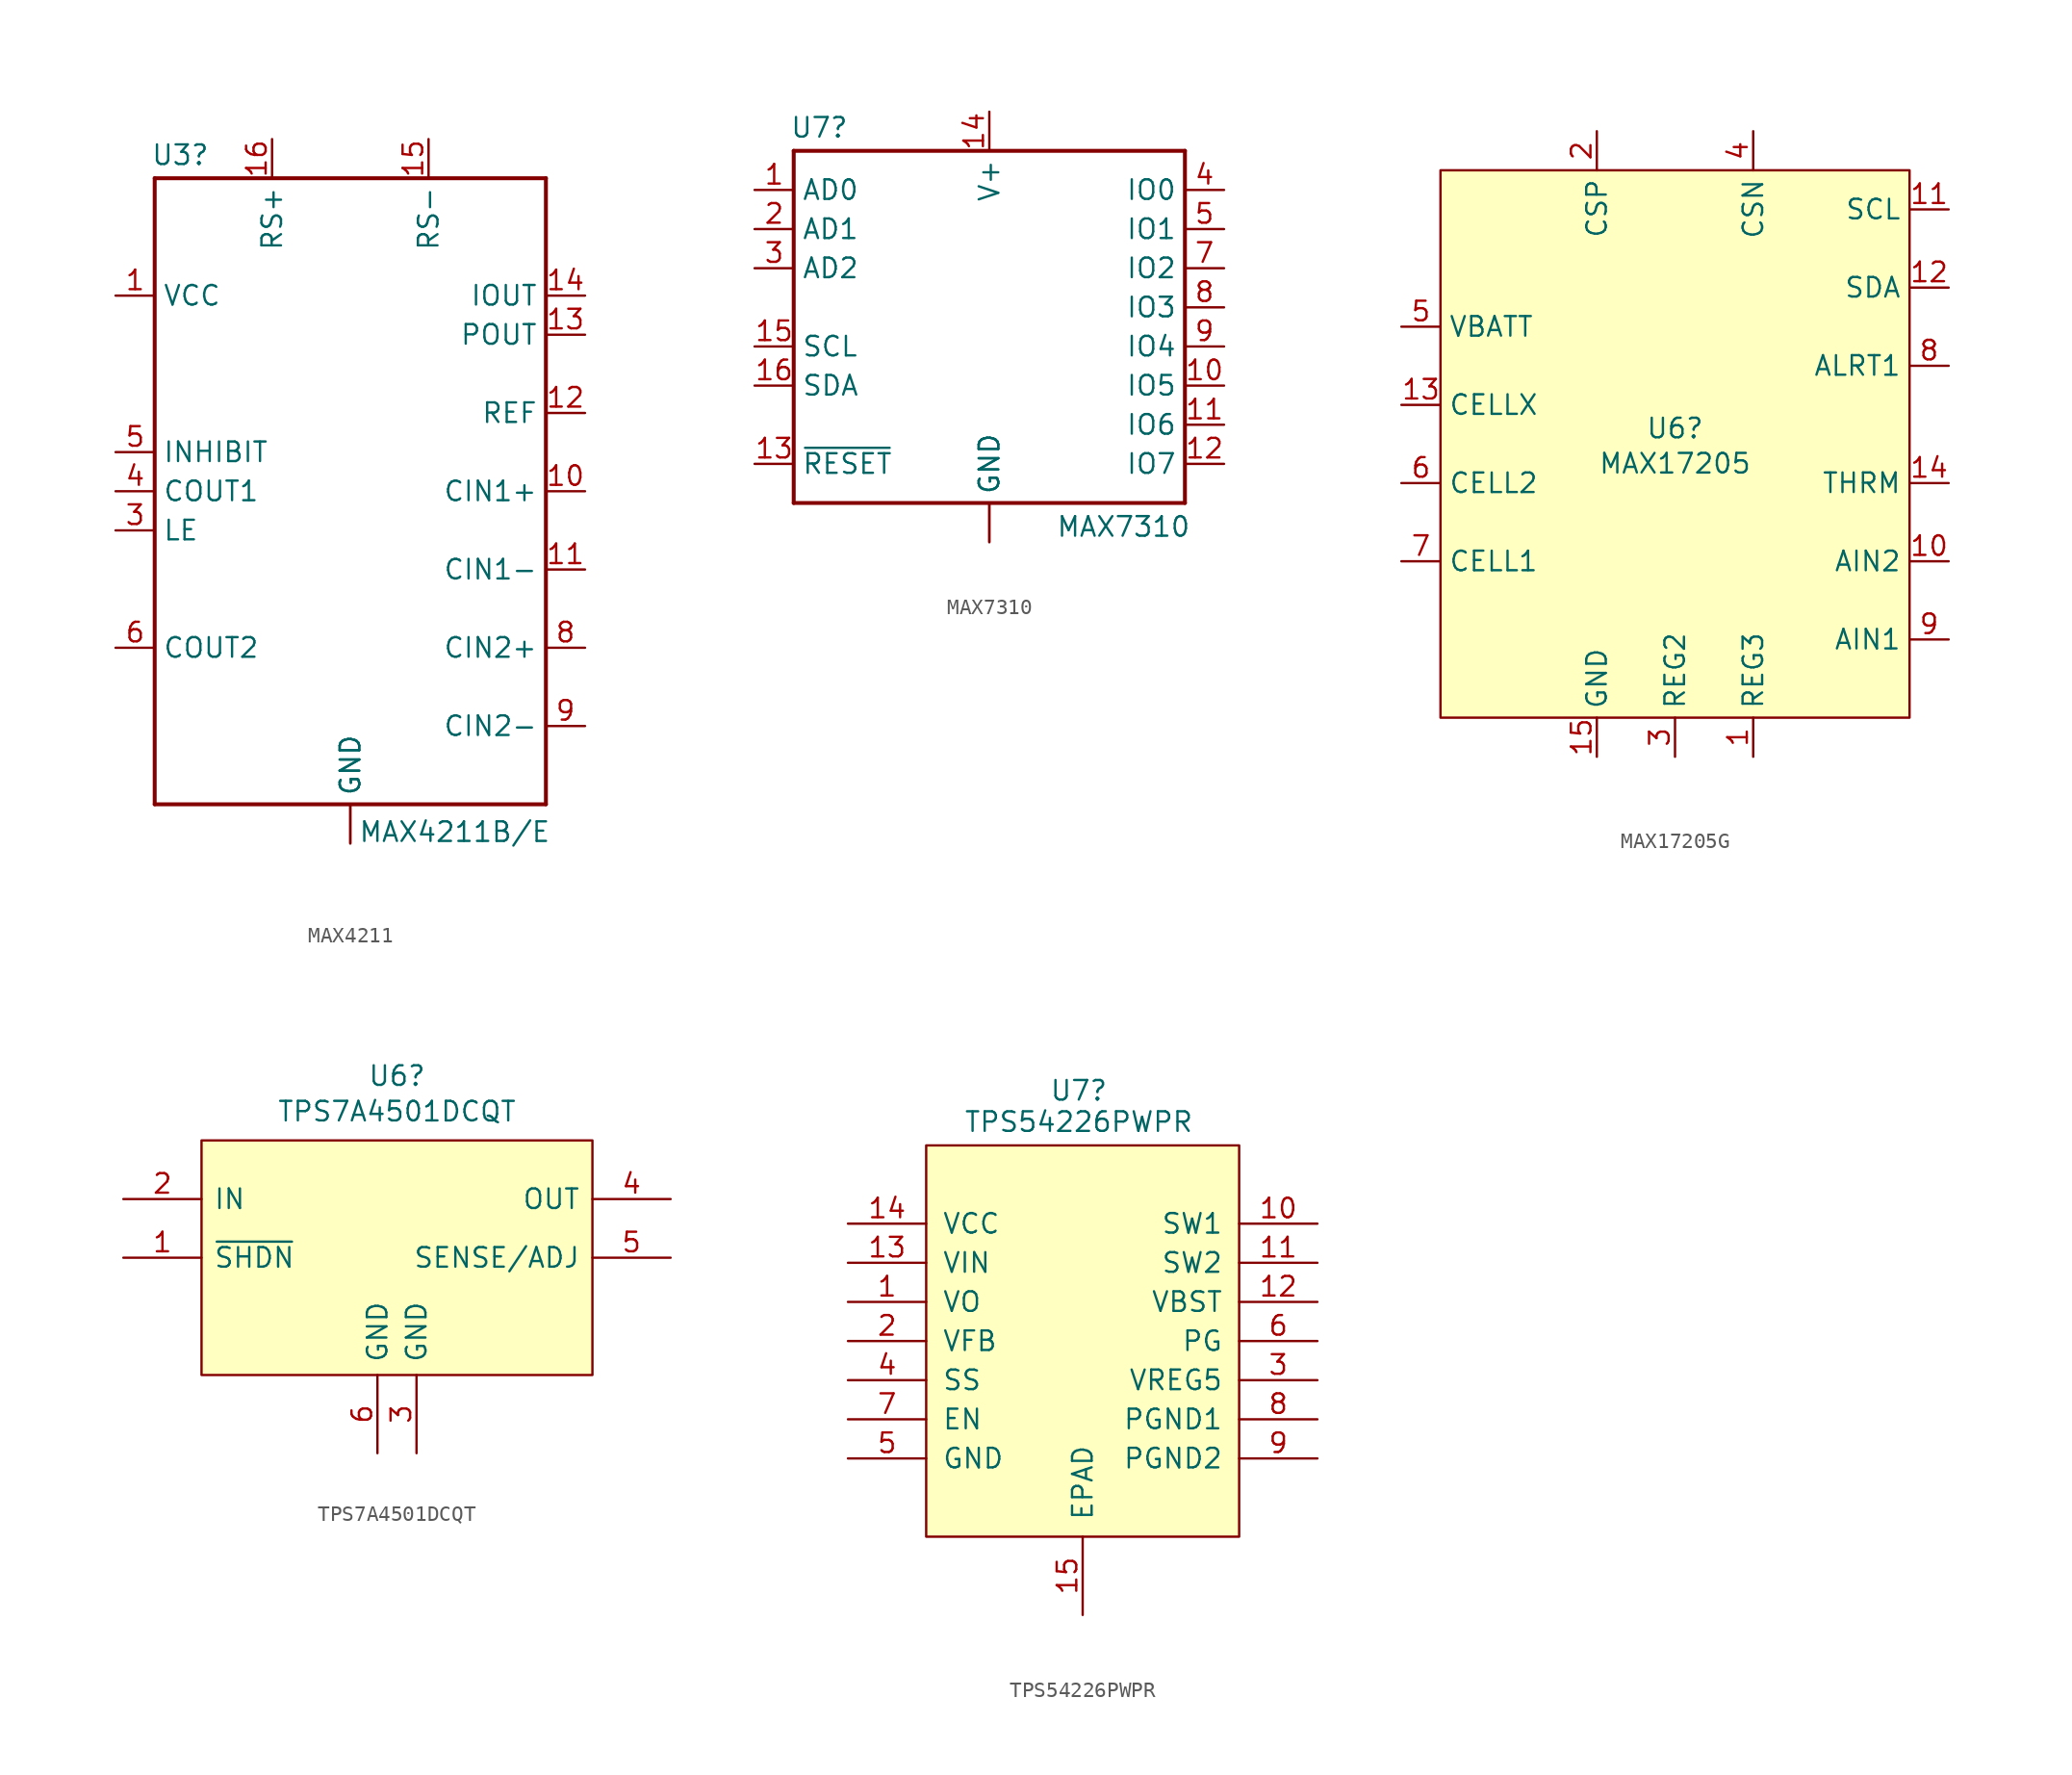
<source format=kicad_sym>
(kicad_symbol_lib
  (version 20231120)
  (generator "kicad_symbol_editor")
  (generator_version "8.0")
  (symbol "MAX4211"
    (property "Reference" "U3"
      (at -12.954 18.542 0)
      (effects (font (size 1.27 1.27)) (justify left bottom)))
    (property "Value" "MAX4211B/E"
      (at 0.508 -25.4 0)
      (effects (font (size 1.27 1.27)) (justify left bottom)))
    (property "ki_locked" ""
      (at 0 0 0)
      (effects (font (size 1.27 1.27))))
    (symbol "MAX4211_1_0"
      (polyline (pts (xy -12.7 -22.86) (xy -12.7 17.78)) (stroke (width 0.254) (type solid)) (fill (type none)))
      (polyline (pts (xy -12.7 17.78) (xy 12.7 17.78)) (stroke (width 0.254) (type solid)) (fill (type none)))
      (polyline (pts (xy 12.7 -22.86) (xy -12.7 -22.86)) (stroke (width 0.254) (type solid)) (fill (type none)))
      (polyline (pts (xy 12.7 17.78) (xy 12.7 -22.86)) (stroke (width 0.254) (type solid)) (fill (type none)))
      (pin power_in line (at -15.24 10.16 0) (length 2.54) (name "VCC" (effects (font (size 1.27 1.27)))) (number "1" (effects (font (size 1.27 1.27)))))
      (pin input line (at 15.24 -2.54 180) (length 2.54) (name "CIN1+" (effects (font (size 1.27 1.27)))) (number "10" (effects (font (size 1.27 1.27)))))
      (pin input line (at 15.24 -7.62 180) (length 2.54) (name "CIN1-" (effects (font (size 1.27 1.27)))) (number "11" (effects (font (size 1.27 1.27)))))
      (pin output line (at 15.24 2.54 180) (length 2.54) (name "REF" (effects (font (size 1.27 1.27)))) (number "12" (effects (font (size 1.27 1.27)))))
      (pin output line (at 15.24 7.62 180) (length 2.54) (name "POUT" (effects (font (size 1.27 1.27)))) (number "13" (effects (font (size 1.27 1.27)))))
      (pin output line (at 15.24 10.16 180) (length 2.54) (name "IOUT" (effects (font (size 1.27 1.27)))) (number "14" (effects (font (size 1.27 1.27)))))
      (pin passive line (at 5.08 20.32 270) (length 2.54) (name "RS-" (effects (font (size 1.27 1.27)))) (number "15" (effects (font (size 1.27 1.27)))))
      (pin passive line (at -5.08 20.32 270) (length 2.54) (name "RS+" (effects (font (size 1.27 1.27)))) (number "16" (effects (font (size 1.27 1.27)))))
      (pin power_in line (at 0 -25.4 90) (length 2.54) hide (name "GND" (effects (font (size 1.27 1.27)))) (number "17" (effects (font (size 0 0)))))
      (pin input line (at -15.24 -5.08 0) (length 2.54) (name "LE" (effects (font (size 1.27 1.27)))) (number "3" (effects (font (size 1.27 1.27)))))
      (pin open_collector line (at -15.24 -2.54 0) (length 2.54) (name "COUT1" (effects (font (size 1.27 1.27)))) (number "4" (effects (font (size 1.27 1.27)))))
      (pin input line (at -15.24 0 0) (length 2.54) (name "INHIBIT" (effects (font (size 1.27 1.27)))) (number "5" (effects (font (size 1.27 1.27)))))
      (pin open_collector line (at -15.24 -12.7 0) (length 2.54) (name "COUT2" (effects (font (size 1.27 1.27)))) (number "6" (effects (font (size 1.27 1.27)))))
      (pin power_in line (at 0 -25.4 90) (length 2.54) (name "GND" (effects (font (size 1.27 1.27)))) (number "7" (effects (font (size 0 0)))))
      (pin input line (at 15.24 -12.7 180) (length 2.54) (name "CIN2+" (effects (font (size 1.27 1.27)))) (number "8" (effects (font (size 1.27 1.27)))))
      (pin input line (at 15.24 -17.78 180) (length 2.54) (name "CIN2-" (effects (font (size 1.27 1.27)))) (number "9" (effects (font (size 1.27 1.27)))))
      (pin power_in line (at 0 -25.4 90) (length 2.54) (name "GND" (effects (font (size 1.27 1.27)))) (number "EPAD" (effects (font (size 0 0)))))))
  (symbol "MAX7310"
    (property "Reference" "U7"
      (at -12.954 10.922 0)
      (effects (font (size 1.27 1.27)) (justify left bottom)))
    (property "Value" "MAX7310"
      (at 4.318 -14.986 0)
      (effects (font (size 1.27 1.27)) (justify left bottom)))
    (property "ki_locked" ""
      (at 0 0 0)
      (effects (font (size 1.27 1.27))))
    (symbol "MAX7310_1_0"
      (polyline (pts (xy -12.7 -12.7) (xy 12.7 -12.7)) (stroke (width 0.254) (type solid)) (fill (type none)))
      (polyline (pts (xy -12.7 10.16) (xy -12.7 -12.7)) (stroke (width 0.254) (type solid)) (fill (type none)))
      (polyline (pts (xy 12.7 -12.7) (xy 12.7 10.16)) (stroke (width 0.254) (type solid)) (fill (type none)))
      (polyline (pts (xy 12.7 10.16) (xy -12.7 10.16)) (stroke (width 0.254) (type solid)) (fill (type none)))
      (pin input line (at -15.24 7.62 0) (length 2.54) (name "AD0" (effects (font (size 1.27 1.27)))) (number "1" (effects (font (size 1.27 1.27)))))
      (pin bidirectional line (at 15.24 -5.08 180) (length 2.54) (name "IO5" (effects (font (size 1.27 1.27)))) (number "10" (effects (font (size 1.27 1.27)))))
      (pin bidirectional line (at 15.24 -7.62 180) (length 2.54) (name "IO6" (effects (font (size 1.27 1.27)))) (number "11" (effects (font (size 1.27 1.27)))))
      (pin bidirectional line (at 15.24 -10.16 180) (length 2.54) (name "IO7" (effects (font (size 1.27 1.27)))) (number "12" (effects (font (size 1.27 1.27)))))
      (pin input line (at -15.24 -10.16 0) (length 2.54) (name "~{RESET}" (effects (font (size 1.27 1.27)))) (number "13" (effects (font (size 1.27 1.27)))))
      (pin power_in line (at 0 12.7 270) (length 2.54) (name "V+" (effects (font (size 1.27 1.27)))) (number "14" (effects (font (size 1.27 1.27)))))
      (pin input line (at -15.24 -2.54 0) (length 2.54) (name "SCL" (effects (font (size 1.27 1.27)))) (number "15" (effects (font (size 1.27 1.27)))))
      (pin bidirectional line (at -15.24 -5.08 0) (length 2.54) (name "SDA" (effects (font (size 1.27 1.27)))) (number "16" (effects (font (size 1.27 1.27)))))
      (pin power_in line (at 0 -15.24 90) (length 2.54) hide (name "GND" (effects (font (size 1.27 1.27)))) (number "17" (effects (font (size 0 0)))))
      (pin input line (at -15.24 5.08 0) (length 2.54) (name "AD1" (effects (font (size 1.27 1.27)))) (number "2" (effects (font (size 1.27 1.27)))))
      (pin input line (at -15.24 2.54 0) (length 2.54) (name "AD2" (effects (font (size 1.27 1.27)))) (number "3" (effects (font (size 1.27 1.27)))))
      (pin bidirectional line (at 15.24 7.62 180) (length 2.54) (name "IO0" (effects (font (size 1.27 1.27)))) (number "4" (effects (font (size 1.27 1.27)))))
      (pin bidirectional line (at 15.24 5.08 180) (length 2.54) (name "IO1" (effects (font (size 1.27 1.27)))) (number "5" (effects (font (size 1.27 1.27)))))
      (pin power_in line (at 0 -15.24 90) (length 2.54) (name "GND" (effects (font (size 1.27 1.27)))) (number "6" (effects (font (size 0 0)))))
      (pin bidirectional line (at 15.24 2.54 180) (length 2.54) (name "IO2" (effects (font (size 1.27 1.27)))) (number "7" (effects (font (size 1.27 1.27)))))
      (pin bidirectional line (at 15.24 0 180) (length 2.54) (name "IO3" (effects (font (size 1.27 1.27)))) (number "8" (effects (font (size 1.27 1.27)))))
      (pin bidirectional line (at 15.24 -2.54 180) (length 2.54) (name "IO4" (effects (font (size 1.27 1.27)))) (number "9" (effects (font (size 1.27 1.27)))))
      (pin power_in line (at 0 -15.24 90) (length 2.54) (name "GND" (effects (font (size 1.27 1.27)))) (number "EPAD" (effects (font (size 0 0)))))))
  (symbol "MAX17205G"
    (property "Reference" "U6"
      (at 0 1.016 0)
      (effects (font (size 1.27 1.27))))
    (property "Value" "MAX17205"
      (at 0 -1.27 0)
      (effects (font (size 1.27 1.27))))
    (symbol "MAX17205G_1_0"
      (pin power_in line (at 5.08 -20.32 90) (length 2.54) (name "REG3" (effects (font (size 1.27 1.27)))) (number "1" (effects (font (size 1.27 1.27)))))
      (pin input line (at 17.78 -7.62 180) (length 2.54) (name "AIN2" (effects (font (size 1.27 1.27)))) (number "10" (effects (font (size 1.27 1.27)))))
      (pin input line (at 17.78 15.24 180) (length 2.54) (name "SCL" (effects (font (size 1.27 1.27)))) (number "11" (effects (font (size 1.27 1.27)))))
      (pin bidirectional line (at 17.78 10.16 180) (length 2.54) (name "SDA" (effects (font (size 1.27 1.27)))) (number "12" (effects (font (size 1.27 1.27)))))
      (pin passive line (at -17.78 2.54 0) (length 2.54) (name "CELLX" (effects (font (size 1.27 1.27)))) (number "13" (effects (font (size 1.27 1.27)))))
      (pin passive line (at 17.78 -2.54 180) (length 2.54) (name "THRM" (effects (font (size 1.27 1.27)))) (number "14" (effects (font (size 1.27 1.27)))))
      (pin power_in line (at -5.08 -20.32 90) (length 2.54) (name "GND" (effects (font (size 1.27 1.27)))) (number "15" (effects (font (size 1.27 1.27)))))
      (pin passive line (at -5.08 20.32 270) (length 2.54) (name "CSP" (effects (font (size 1.27 1.27)))) (number "2" (effects (font (size 1.27 1.27)))))
      (pin power_in line (at 0 -20.32 90) (length 2.54) (name "REG2" (effects (font (size 1.27 1.27)))) (number "3" (effects (font (size 1.27 1.27)))))
      (pin passive line (at 5.08 20.32 270) (length 2.54) (name "CSN" (effects (font (size 1.27 1.27)))) (number "4" (effects (font (size 1.27 1.27)))))
      (pin power_in line (at -17.78 7.62 0) (length 2.54) (name "VBATT" (effects (font (size 1.27 1.27)))) (number "5" (effects (font (size 1.27 1.27)))))
      (pin passive line (at -17.78 -2.54 0) (length 2.54) (name "CELL2" (effects (font (size 1.27 1.27)))) (number "6" (effects (font (size 1.27 1.27)))))
      (pin passive line (at -17.78 -7.62 0) (length 2.54) (name "CELL1" (effects (font (size 1.27 1.27)))) (number "7" (effects (font (size 1.27 1.27)))))
      (pin output line (at 17.78 5.08 180) (length 2.54) (name "ALRT1" (effects (font (size 1.27 1.27)))) (number "8" (effects (font (size 1.27 1.27)))))
      (pin input line (at 17.78 -12.7 180) (length 2.54) (name "AIN1" (effects (font (size 1.27 1.27)))) (number "9" (effects (font (size 1.27 1.27))))))
    (symbol "MAX17205G_1_1"
      (rectangle (start -15.24 17.78) (end 15.24 -17.78) (stroke (width 0) (type default)) (fill (type background)))))
  (symbol "TPS7A4501DCQT"
    (pin_names
      (offset 0.762))
    (property "Reference" "U6"
      (at 0 11.811 0)
      (effects (font (size 1.27 1.27))))
    (property "Value" "TPS7A4501DCQT"
      (at 0 9.5 0)
      (effects (font (size 1.27 1.27))))
    (symbol "TPS7A4501DCQT_0_0"
      (pin passive line (at -17.78 0 0) (length 5.08) (name "~{SHDN}" (effects (font (size 1.27 1.27)))) (number "1" (effects (font (size 1.27 1.27)))))
      (pin input line (at -17.78 3.81 0) (length 5.08) (name "IN" (effects (font (size 1.27 1.27)))) (number "2" (effects (font (size 1.27 1.27)))))
      (pin output line (at 17.78 3.81 180) (length 5.08) (name "OUT" (effects (font (size 1.27 1.27)))) (number "4" (effects (font (size 1.27 1.27)))))
      (pin passive line (at 17.78 0 180) (length 5.08) (name "SENSE/ADJ" (effects (font (size 1.27 1.27)))) (number "5" (effects (font (size 1.27 1.27))))))
    (symbol "TPS7A4501DCQT_1_0"
      (pin power_in line (at 1.27 -12.7 90) (length 5.08) (name "GND" (effects (font (size 1.27 1.27)))) (number "3" (effects (font (size 1.27 1.27)))))
      (pin power_in line (at -1.27 -12.7 90) (length 5.08) (name "GND" (effects (font (size 1.27 1.27)))) (number "6" (effects (font (size 1.27 1.27))))))
    (symbol "TPS7A4501DCQT_1_1"
      (polyline (pts (xy -12.7 7.62) (xy 12.7 7.62) (xy 12.7 -7.62) (xy -12.7 -7.62) (xy -12.7 7.62)) (stroke (width 0.152) (type solid)) (fill (type background)))))
  (symbol "TPS54226PWPR"
    (pin_names
      (offset 1.016))
    (property "Reference" "U7"
      (at -0.254 16.256 0)
      (effects (font (size 1.27 1.27))))
    (property "Value" "TPS54226PWPR"
      (at -0.254 14.224 0)
      (effects (font (size 1.27 1.27))))
    (symbol "TPS54226PWPR_1_0"
      (pin output line (at -15.24 2.54 0) (length 5.08) (name "VO" (effects (font (size 1.27 1.27)))) (number "1" (effects (font (size 1.27 1.27)))))
      (pin passive line (at 15.24 7.62 180) (length 5.08) (name "SW1" (effects (font (size 1.27 1.27)))) (number "10" (effects (font (size 1.27 1.27)))))
      (pin passive line (at 15.24 5.08 180) (length 5.08) (name "SW2" (effects (font (size 1.27 1.27)))) (number "11" (effects (font (size 1.27 1.27)))))
      (pin input line (at 15.24 2.54 180) (length 5.08) (name "VBST" (effects (font (size 1.27 1.27)))) (number "12" (effects (font (size 1.27 1.27)))))
      (pin input line (at -15.24 5.08 0) (length 5.08) (name "VIN" (effects (font (size 1.27 1.27)))) (number "13" (effects (font (size 1.27 1.27)))))
      (pin input line (at -15.24 7.62 0) (length 5.08) (name "VCC" (effects (font (size 1.27 1.27)))) (number "14" (effects (font (size 1.27 1.27)))))
      (pin passive line (at 0 -17.78 90) (length 5.08) (name "EPAD" (effects (font (size 1.27 1.27)))) (number "15" (effects (font (size 1.27 1.27)))))
      (pin input line (at -15.24 0 0) (length 5.08) (name "VFB" (effects (font (size 1.27 1.27)))) (number "2" (effects (font (size 1.27 1.27)))))
      (pin output line (at 15.24 -2.54 180) (length 5.08) (name "VREG5" (effects (font (size 1.27 1.27)))) (number "3" (effects (font (size 1.27 1.27)))))
      (pin passive line (at -15.24 -2.54 0) (length 5.08) (name "SS" (effects (font (size 1.27 1.27)))) (number "4" (effects (font (size 1.27 1.27)))))
      (pin power_in line (at -15.24 -7.62 0) (length 5.08) (name "GND" (effects (font (size 1.27 1.27)))) (number "5" (effects (font (size 1.27 1.27)))))
      (pin output line (at 15.24 0 180) (length 5.08) (name "PG" (effects (font (size 1.27 1.27)))) (number "6" (effects (font (size 1.27 1.27)))))
      (pin input line (at -15.24 -5.08 0) (length 5.08) (name "EN" (effects (font (size 1.27 1.27)))) (number "7" (effects (font (size 1.27 1.27)))))
      (pin power_in line (at 15.24 -5.08 180) (length 5.08) (name "PGND1" (effects (font (size 1.27 1.27)))) (number "8" (effects (font (size 1.27 1.27)))))
      (pin power_in line (at 15.24 -7.62 180) (length 5.08) (name "PGND2" (effects (font (size 1.27 1.27)))) (number "9" (effects (font (size 1.27 1.27))))))
    (symbol "TPS54226PWPR_1_1"
      (rectangle (start -10.16 12.7) (end 10.16 -12.7) (stroke (width 0) (type default)) (fill (type background))))))
</source>
